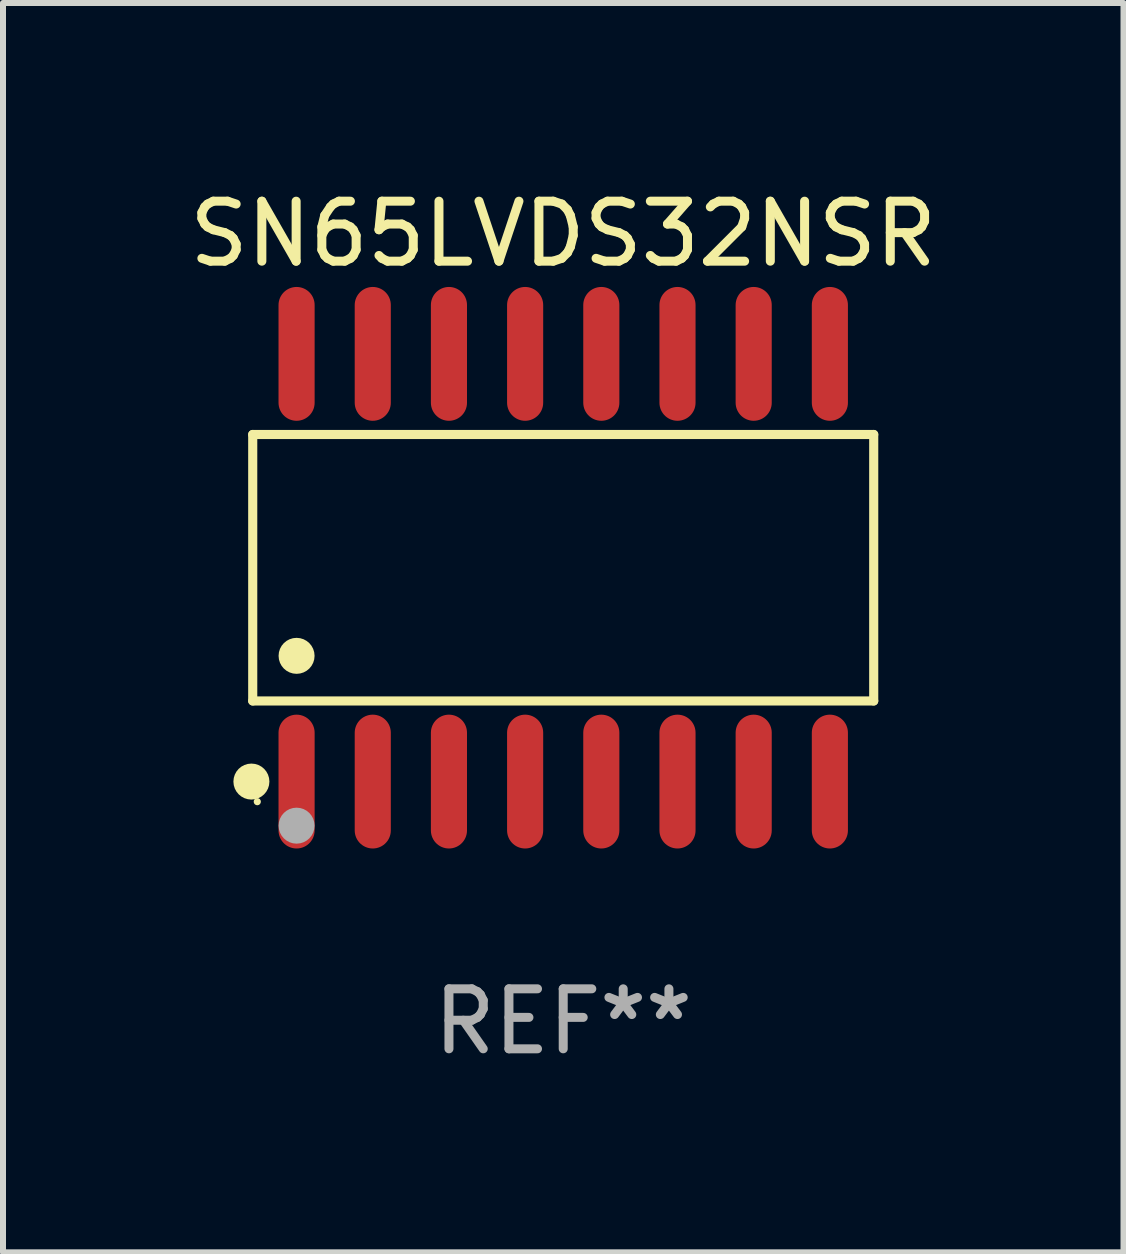
<source format=kicad_pcb>
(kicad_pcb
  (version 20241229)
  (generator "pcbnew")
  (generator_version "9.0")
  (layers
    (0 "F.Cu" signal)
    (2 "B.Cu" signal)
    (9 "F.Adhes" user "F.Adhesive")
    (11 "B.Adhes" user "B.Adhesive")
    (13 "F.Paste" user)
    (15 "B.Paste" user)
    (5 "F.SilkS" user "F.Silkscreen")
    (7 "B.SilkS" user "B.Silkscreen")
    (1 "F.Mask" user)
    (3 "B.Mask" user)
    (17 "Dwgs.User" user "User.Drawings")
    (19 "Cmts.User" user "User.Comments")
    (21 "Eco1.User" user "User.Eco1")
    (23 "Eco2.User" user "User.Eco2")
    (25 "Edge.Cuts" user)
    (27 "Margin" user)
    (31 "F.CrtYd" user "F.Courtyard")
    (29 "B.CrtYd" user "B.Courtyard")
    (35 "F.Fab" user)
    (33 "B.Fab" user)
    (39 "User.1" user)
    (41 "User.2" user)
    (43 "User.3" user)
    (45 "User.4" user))
  (footprint "SN65LVDS32NSR"
    (layer "F.Cu")
    (at 6.339 6.414)
    (property "Reference" "SN65LVDS32NSR" (at 0 -5.565 0) (layer "F.SilkS") (effects (font (size 1 1) (thickness 0.15))))
    (attr through_hole)
    (fp_line (start -5.176 -2.221) (end 5.176 -2.221) (stroke (width 0.152) (type solid)) (layer "F.SilkS"))
    (fp_line (start -5.176 2.221) (end -5.176 -2.221) (stroke (width 0.152) (type solid)) (layer "F.SilkS"))
    (fp_line (start 5.176 -2.221) (end 5.176 2.221) (stroke (width 0.152) (type solid)) (layer "F.SilkS"))
    (fp_line (start 5.176 2.221) (end -5.176 2.221) (stroke (width 0.152) (type solid)) (layer "F.SilkS"))
    (fp_circle (center -5.198 3.565) (end -5.048 3.565) (stroke (width 0.3) (type solid)) (fill no) (layer "F.SilkS"))
    (fp_circle (center -5.1 3.9) (end -5.07 3.9) (stroke (width 0.06) (type solid)) (fill no) (layer "F.SilkS"))
    (fp_circle (center -4.445 1.469) (end -4.295 1.469) (stroke (width 0.3) (type solid)) (fill no) (layer "F.SilkS"))
    (fp_circle (center -4.445 4.3) (end -4.295 4.3) (stroke (width 0.3) (type solid)) (fill no) (layer "F.Fab"))
    (fp_text user "REF**" (at 0 7.565 0) (layer "F.Fab") (effects (font (size 1 1) (thickness 0.15))))
    (pad "1" smd oval (at -4.445 3.565) (size 0.602 2.231) (layers "F.Cu" "F.Mask" "F.Paste"))
    (pad "2" smd oval (at -3.175 3.565) (size 0.602 2.231) (layers "F.Cu" "F.Mask" "F.Paste"))
    (pad "3" smd oval (at -1.905 3.565) (size 0.602 2.231) (layers "F.Cu" "F.Mask" "F.Paste"))
    (pad "4" smd oval (at -0.635 3.565) (size 0.602 2.231) (layers "F.Cu" "F.Mask" "F.Paste"))
    (pad "5" smd oval (at 0.635 3.565) (size 0.602 2.231) (layers "F.Cu" "F.Mask" "F.Paste"))
    (pad "6" smd oval (at 1.905 3.565) (size 0.602 2.231) (layers "F.Cu" "F.Mask" "F.Paste"))
    (pad "7" smd oval (at 3.175 3.565) (size 0.602 2.231) (layers "F.Cu" "F.Mask" "F.Paste"))
    (pad "8" smd oval (at 4.445 3.565) (size 0.602 2.231) (layers "F.Cu" "F.Mask" "F.Paste"))
    (pad "9" smd oval (at 4.445 -3.565) (size 0.602 2.231) (layers "F.Cu" "F.Mask" "F.Paste"))
    (pad "10" smd oval (at 3.175 -3.565) (size 0.602 2.231) (layers "F.Cu" "F.Mask" "F.Paste"))
    (pad "11" smd oval (at 1.905 -3.565) (size 0.602 2.231) (layers "F.Cu" "F.Mask" "F.Paste"))
    (pad "12" smd oval (at 0.635 -3.565) (size 0.602 2.231) (layers "F.Cu" "F.Mask" "F.Paste"))
    (pad "13" smd oval (at -0.635 -3.565) (size 0.602 2.231) (layers "F.Cu" "F.Mask" "F.Paste"))
    (pad "14" smd oval (at -1.905 -3.565) (size 0.602 2.231) (layers "F.Cu" "F.Mask" "F.Paste"))
    (pad "15" smd oval (at -3.175 -3.565) (size 0.602 2.231) (layers "F.Cu" "F.Mask" "F.Paste"))
    (pad "16" smd oval (at -4.445 -3.565) (size 0.602 2.231) (layers "F.Cu" "F.Mask" "F.Paste")))
  (gr_rect
    (start -3 -3)
    (end 15.679 17.827)
    (stroke (width 0.1) (type default))
    (fill no)
    (layer "Edge.Cuts")))
</source>
